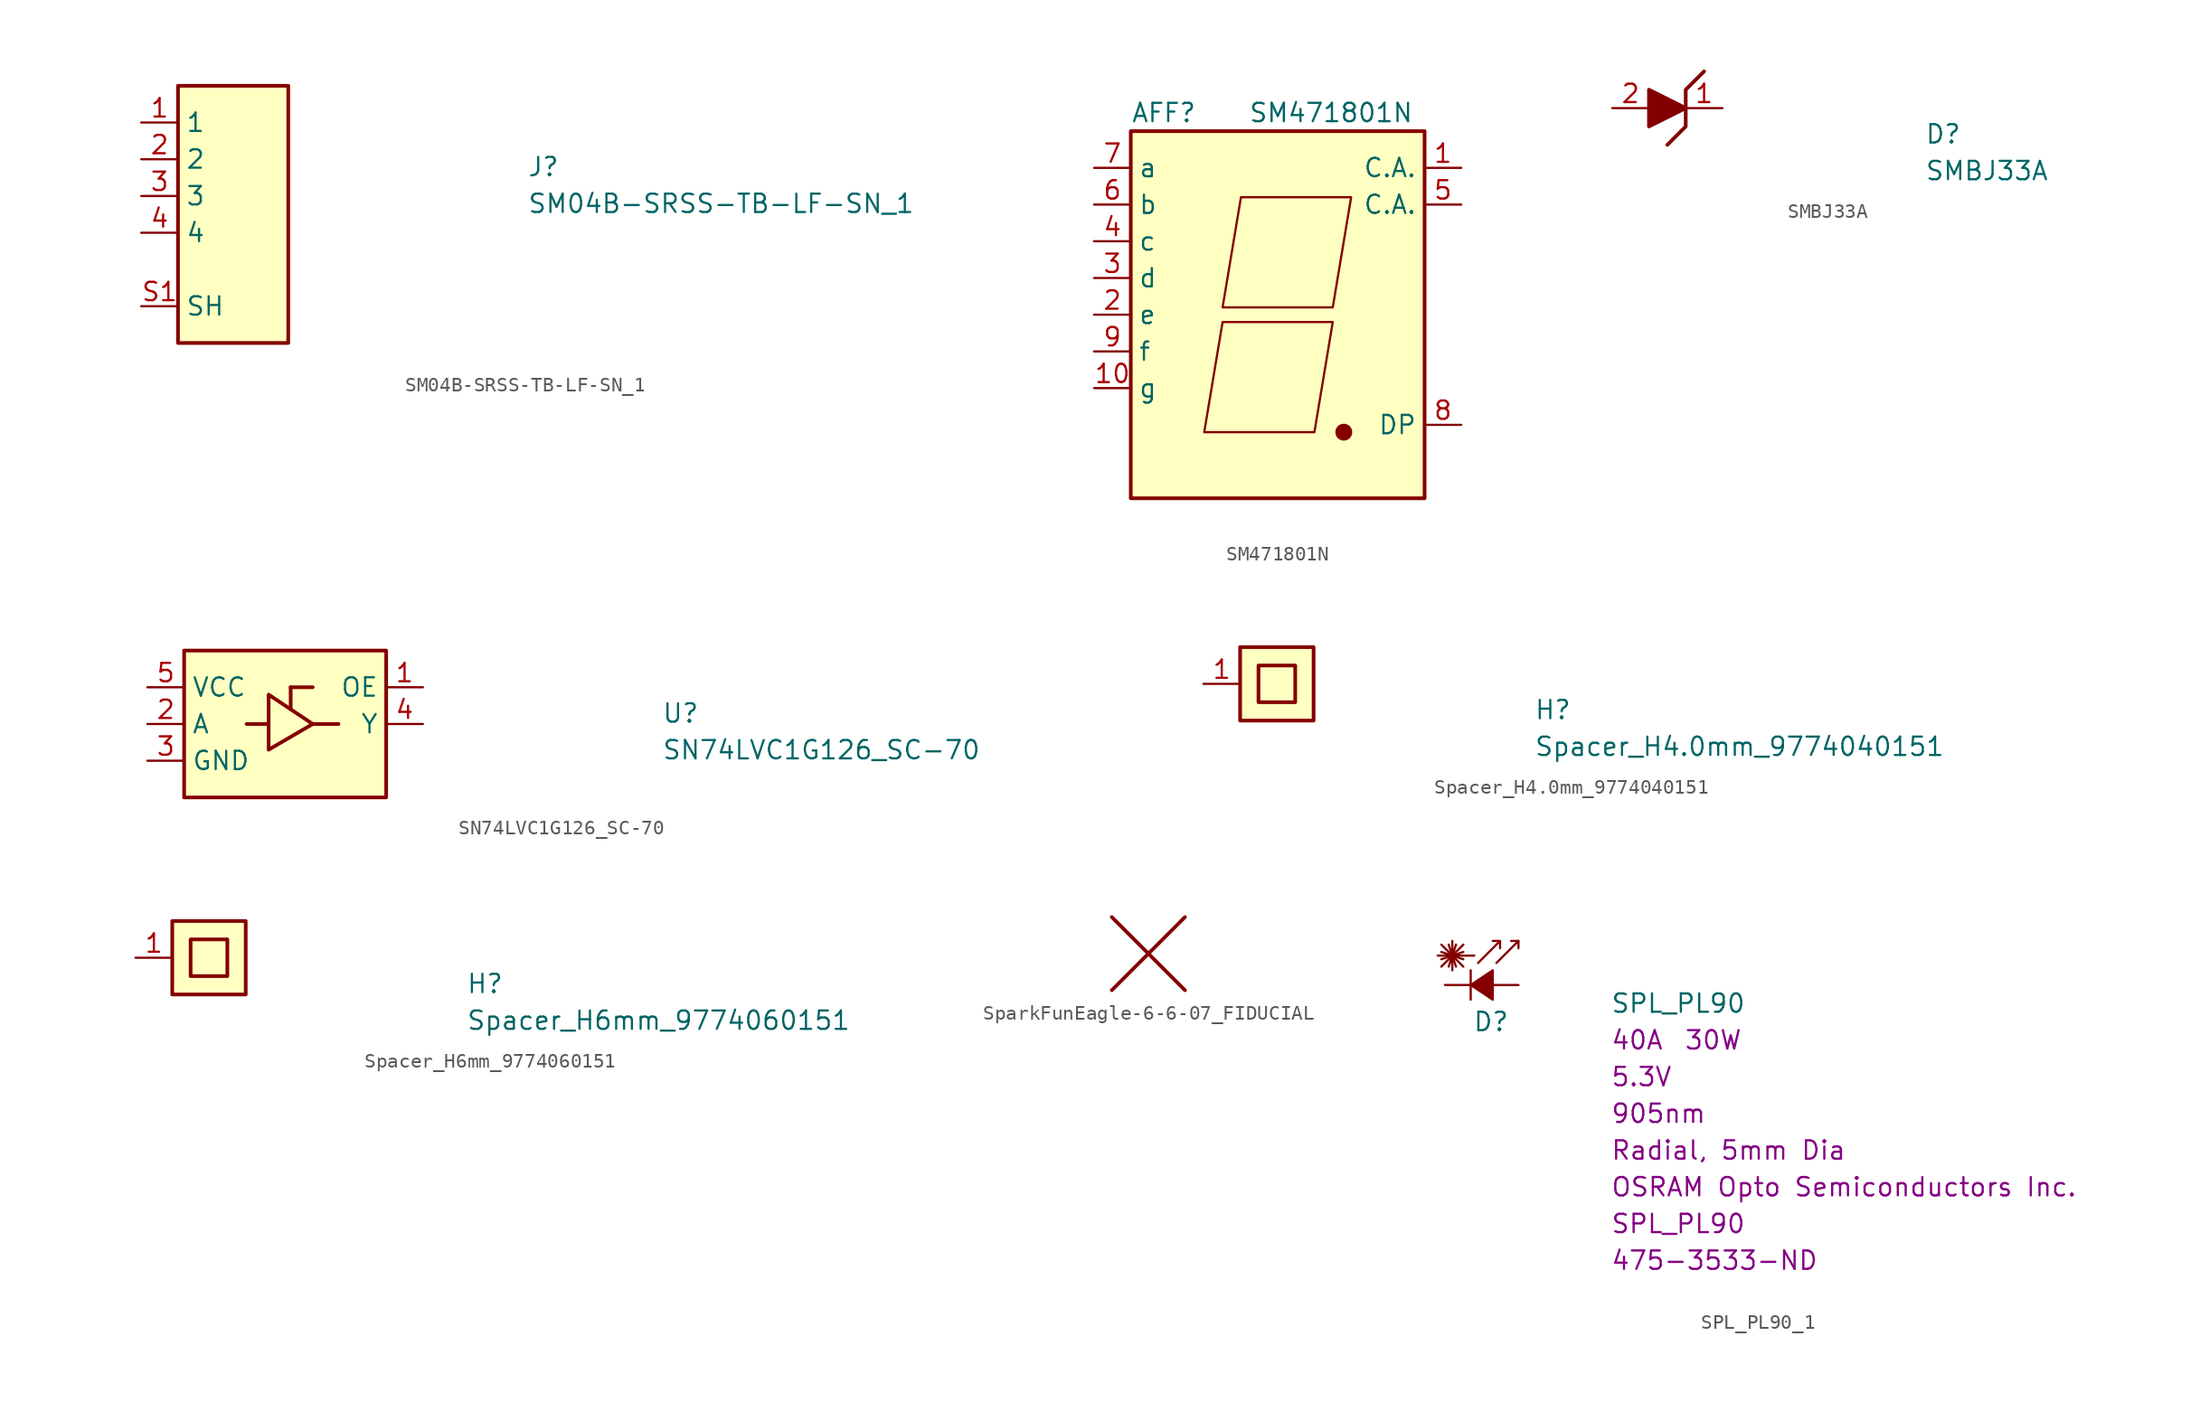
<source format=kicad_sym>
(kicad_symbol_lib
  (version 20231120)
  (generator "kicad_symbol_editor")
  (generator_version "8.0")
  (symbol "SM04B-SRSS-TB-LF-SN_1"
    (property "Reference" "J"
      (at 26.67 -3.81 0)
      (effects (font (size 1.27 1.27) (thickness 0.15)) (justify left bottom)))
    (property "Value" "SM04B-SRSS-TB-LF-SN_1"
      (at 26.67 -6.35 0)
      (effects (font (size 1.27 1.27) (thickness 0.15)) (justify left bottom)))
    (symbol "SM04B-SRSS-TB-LF-SN_1_1_1"
      (rectangle (start 2.54 2.54) (end 10.16 -15.24) (stroke (width 0.254) (type default)) (fill (type background)))
      (pin passive line (at 0 0 0) (length 2.54) (name "1" (effects (font (size 1.27 1.27)))) (number "1" (effects (font (size 1.27 1.27)))))
      (pin passive line (at 0 -2.54 0) (length 2.54) (name "2" (effects (font (size 1.27 1.27)))) (number "2" (effects (font (size 1.27 1.27)))))
      (pin passive line (at 0 -5.08 0) (length 2.54) (name "3" (effects (font (size 1.27 1.27)))) (number "3" (effects (font (size 1.27 1.27)))))
      (pin passive line (at 0 -7.62 0) (length 2.54) (name "4" (effects (font (size 1.27 1.27)))) (number "4" (effects (font (size 1.27 1.27)))))
      (pin passive line (at 0 -12.7 0) (length 2.54) (name "SH" (effects (font (size 1.27 1.27)))) (number "S1" (effects (font (size 1.27 1.27)))))
      (pin passive line (at 0 -12.7 0) (length 2.54) hide (name "SH" (effects (font (size 1.27 1.27)))) (number "S2" (effects (font (size 1.27 1.27)))))))
  (symbol "SM471801N"
    (property "Reference" "AFF"
      (at -7.874 13.97 0)
      (effects (font (size 1.27 1.27))))
    (property "Value" "SM471801N"
      (at -2.032 13.97 0)
      (effects (font (size 1.27 1.27)) (justify left)))
    (symbol "SM471801N_0_1"
      (rectangle (start -10.16 12.7) (end 10.16 -12.7) (stroke (width 0.254) (type default)) (fill (type background)))
      (polyline (pts (xy -3.81 -0.508) (xy 3.81 -0.508) (xy 2.54 -8.128) (xy -5.08 -8.128) (xy -3.81 -0.508) (xy -3.81 -0.508)) (stroke (width 0) (type default)) (fill (type none)))
      (polyline (pts (xy -2.54 8.128) (xy 5.08 8.128) (xy 3.81 0.508) (xy -3.81 0.508) (xy -2.54 8.128) (xy -2.54 8.128)) (stroke (width 0) (type default)) (fill (type none)))
      (circle (center 4.572 -8.128) (radius 0.508) (stroke (width 0) (type default)) (fill (type outline))))
    (symbol "SM471801N_1_1"
      (pin passive line (at 12.7 10.16 180) (length 2.54) (name "C.A." (effects (font (size 1.27 1.27)))) (number "1" (effects (font (size 1.27 1.27)))))
      (pin passive line (at -12.7 -5.08 0) (length 2.54) (name "g" (effects (font (size 1.27 1.27)))) (number "10" (effects (font (size 1.27 1.27)))))
      (pin passive line (at -12.7 0 0) (length 2.54) (name "e" (effects (font (size 1.27 1.27)))) (number "2" (effects (font (size 1.27 1.27)))))
      (pin passive line (at -12.7 2.54 0) (length 2.54) (name "d" (effects (font (size 1.27 1.27)))) (number "3" (effects (font (size 1.27 1.27)))))
      (pin passive line (at -12.7 5.08 0) (length 2.54) (name "c" (effects (font (size 1.27 1.27)))) (number "4" (effects (font (size 1.27 1.27)))))
      (pin passive line (at 12.7 7.62 180) (length 2.54) (name "C.A." (effects (font (size 1.27 1.27)))) (number "5" (effects (font (size 1.27 1.27)))))
      (pin passive line (at -12.7 7.62 0) (length 2.54) (name "b" (effects (font (size 1.27 1.27)))) (number "6" (effects (font (size 1.27 1.27)))))
      (pin passive line (at -12.7 10.16 0) (length 2.54) (name "a" (effects (font (size 1.27 1.27)))) (number "7" (effects (font (size 1.27 1.27)))))
      (pin passive line (at 12.7 -7.62 180) (length 2.54) (name "DP" (effects (font (size 1.27 1.27)))) (number "8" (effects (font (size 1.27 1.27)))))
      (pin passive line (at -12.7 -2.54 0) (length 2.54) (name "f" (effects (font (size 1.27 1.27)))) (number "9" (effects (font (size 1.27 1.27)))))))
  (symbol "SMBJ33A"
    (pin_names hide)
    (property "Reference" "D"
      (at 21.59 -2.54 0)
      (effects (font (size 1.27 1.27) (thickness 0.15)) (justify left bottom)))
    (property "Value" "SMBJ33A"
      (at 21.59 -5.08 0)
      (effects (font (size 1.27 1.27) (thickness 0.15)) (justify left bottom)))
    (symbol "SMBJ33A_1_1"
      (polyline (pts (xy 2.54 1.27) (xy 2.54 -1.27) (xy 5.08 0) (xy 2.54 1.27)) (stroke (width 0.254) (type default)) (fill (type outline)))
      (polyline (pts (xy 6.35 2.54) (xy 5.08 1.27) (xy 5.08 -1.27) (xy 3.81 -2.54)) (stroke (width 0.254) (type default)) (fill (type none)))
      (pin bidirectional line (at 7.62 0 180) (length 2.54) (name "1" (effects (font (size 1.27 1.27)))) (number "1" (effects (font (size 1.27 1.27)))))
      (pin bidirectional line (at 0 0 0) (length 2.54) (name "2" (effects (font (size 1.27 1.27)))) (number "2" (effects (font (size 1.27 1.27)))))))
  (symbol "SN74LVC1G126_SC-70"
    (property "Reference" "U"
      (at 35.56 -2.54 0)
      (effects (font (size 1.27 1.27) (thickness 0.15)) (justify left bottom)))
    (property "Value" "SN74LVC1G126_SC-70"
      (at 35.56 -5.08 0)
      (effects (font (size 1.27 1.27) (thickness 0.15)) (justify left bottom)))
    (symbol "SN74LVC1G126_SC-70_1_1"
      (polyline (pts (xy 8.382 -2.54) (xy 6.858 -2.54)) (stroke (width 0.254) (type default)) (fill (type background)))
      (polyline (pts (xy 9.906 -1.524) (xy 9.906 0)) (stroke (width 0.254) (type default)) (fill (type background)))
      (polyline (pts (xy 9.906 0) (xy 11.43 0)) (stroke (width 0.254) (type default)) (fill (type background)))
      (polyline (pts (xy 11.43 -2.54) (xy 13.208 -2.54)) (stroke (width 0.254) (type default)) (fill (type background)))
      (polyline (pts (xy 8.382 -4.318) (xy 11.43 -2.54) (xy 8.382 -0.508) (xy 8.382 -4.318)) (stroke (width 0.254) (type default)) (fill (type background)))
      (rectangle (start 2.54 2.54) (end 16.51 -7.62) (stroke (width 0.254) (type default)) (fill (type background)))
      (pin passive line (at 19.05 0 180) (length 2.54) (name "OE" (effects (font (size 1.27 1.27)))) (number "1" (effects (font (size 1.27 1.27)))))
      (pin passive line (at 0 -2.54 0) (length 2.54) (name "A" (effects (font (size 1.27 1.27)))) (number "2" (effects (font (size 1.27 1.27)))))
      (pin passive line (at 0 -5.08 0) (length 2.54) (name "GND" (effects (font (size 1.27 1.27)))) (number "3" (effects (font (size 1.27 1.27)))))
      (pin passive line (at 19.05 -2.54 180) (length 2.54) (name "Y" (effects (font (size 1.27 1.27)))) (number "4" (effects (font (size 1.27 1.27)))))
      (pin passive line (at 0 0 0) (length 2.54) (name "VCC" (effects (font (size 1.27 1.27)))) (number "5" (effects (font (size 1.27 1.27)))))))
  (symbol "Spacer_H4.0mm_9774040151"
    (pin_names hide)
    (property "Reference" "H"
      (at 22.86 -2.54 0)
      (effects (font (size 1.27 1.27) (thickness 0.15)) (justify left bottom)))
    (property "Value" "Spacer_H4.0mm_9774040151"
      (at 22.86 -5.08 0)
      (effects (font (size 1.27 1.27) (thickness 0.15)) (justify left bottom)))
    (symbol "Spacer_H4.0mm_9774040151_1_1"
      (rectangle (start 2.54 -2.54) (end 7.62 2.54) (stroke (width 0.254) (type default)) (fill (type background)))
      (rectangle (start 3.81 -1.27) (end 6.35 1.27) (stroke (width 0.254) (type default)) (fill (type none)))
      (pin passive line (at 0 0 0) (length 2.54) (name "1" (effects (font (size 1.27 1.27)))) (number "1" (effects (font (size 1.27 1.27)))))))
  (symbol "Spacer_H6mm_9774060151"
    (property "Reference" "H"
      (at 22.86 -2.54 0)
      (effects (font (size 1.27 1.27) (thickness 0.15)) (justify left bottom)))
    (property "Value" "Spacer_H6mm_9774060151"
      (at 22.86 -5.08 0)
      (effects (font (size 1.27 1.27) (thickness 0.15)) (justify left bottom)))
    (symbol "Spacer_H6mm_9774060151_1_1"
      (rectangle (start 2.54 -2.54) (end 7.62 2.54) (stroke (width 0.254) (type default)) (fill (type background)))
      (rectangle (start 3.81 -1.27) (end 6.35 1.27) (stroke (width 0.254) (type default)) (fill (type background)))
      (pin passive line (at 0 0 0) (length 2.54) (name "~" (effects (font (size 1.27 1.27)))) (number "1" (effects (font (size 1.27 1.27)))))))
  (symbol "SparkFunEagle-6-6-07_FIDUCIAL"
    (property "Reference" ""
      (at 0 0 0)
      (effects (font (size 1.27 1.27)) (hide yes)))
    (property "ki_locked" ""
      (at 0 0 0)
      (effects (font (size 1.27 1.27))))
    (symbol "SparkFunEagle-6-6-07_FIDUCIAL_1_0"
      (polyline (pts (xy -2.54 2.54) (xy 2.54 -2.54)) (stroke (width 0.254) (type solid)) (fill (type none)))
      (polyline (pts (xy 2.54 2.54) (xy -2.54 -2.54)) (stroke (width 0.254) (type solid)) (fill (type none)))))
  (symbol "SPL_PL90_1"
    (pin_numbers hide)
    (pin_names
      (offset 0.254) hide)
    (property "Reference" "D"
      (at -0.635 -2.54 0)
      (effects (font (size 1.27 1.27)) (justify left)))
    (property "Value" "SPL_PL90"
      (at 8.89 -1.27 0)
      (effects (font (size 1.27 1.27)) (justify left)))
    (property "Current" "40A"
      (at 8.89 -3.81 0)
      (effects (font (size 1.27 1.27)) (justify left)))
    (property "Voltage - Forward" "5.3V"
      (at 8.89 -6.35 0)
      (effects (font (size 1.27 1.27)) (justify left)))
    (property "Wavelength" "905nm"
      (at 8.89 -8.89 0)
      (effects (font (size 1.27 1.27)) (justify left)))
    (property "Chip set" "Radial, 5mm Dia"
      (at 8.89 -11.43 0)
      (effects (font (size 1.27 1.27)) (justify left)))
    (property "Power (Watts)" "30W"
      (at 13.97 -3.81 0)
      (effects (font (size 1.27 1.27)) (justify left)))
    (property "Manufacturer" "OSRAM Opto Semiconductors Inc."
      (at 8.89 -13.97 0)
      (effects (font (size 1.27 1.27)) (justify left)))
    (property "MPN" "SPL_PL90"
      (at 8.89 -16.51 0)
      (effects (font (size 1.27 1.27)) (justify left)))
    (property "Digi-Key_PN" "475-3533-ND"
      (at 8.89 -19.05 0)
      (effects (font (size 1.27 1.27)) (justify left)))
    (symbol "SPL_PL90_1_0_1"
      (polyline (pts (xy -0.762 -1.016) (xy -0.762 1.016)) (stroke (width 0) (type default)) (fill (type none)))
      (polyline (pts (xy -0.762 0) (xy 0.762 0)) (stroke (width 0) (type default)) (fill (type none)))
      (polyline (pts (xy 0.762 -1.016) (xy -0.762 0) (xy 0.762 1.016) (xy 0.762 -1.016)) (stroke (width 0) (type default)) (fill (type outline))))
    (symbol "SPL_PL90_1_1_1"
      (polyline (pts (xy -2.794 1.27) (xy -1.27 2.794)) (stroke (width 0) (type default)) (fill (type none)))
      (polyline (pts (xy -2.794 1.778) (xy -1.27 2.286)) (stroke (width 0) (type default)) (fill (type none)))
      (polyline (pts (xy -2.794 2.286) (xy -1.27 1.778)) (stroke (width 0) (type default)) (fill (type none)))
      (polyline (pts (xy -2.794 2.794) (xy -1.27 1.27)) (stroke (width 0) (type default)) (fill (type none)))
      (polyline (pts (xy -2.286 2.794) (xy -1.778 1.27)) (stroke (width 0) (type default)) (fill (type none)))
      (polyline (pts (xy -2.032 2.032) (xy -2.032 1.016)) (stroke (width 0) (type default)) (fill (type none)))
      (polyline (pts (xy -2.032 2.032) (xy -2.032 3.048)) (stroke (width 0) (type default)) (fill (type none)))
      (polyline (pts (xy -1.778 2.794) (xy -2.286 1.27)) (stroke (width 0) (type default)) (fill (type none)))
      (polyline (pts (xy -0.508 2.032) (xy -3.048 2.032)) (stroke (width 0) (type default)) (fill (type none)))
      (polyline (pts (xy 2.54 3.048) (xy 2.032 3.048)) (stroke (width 0) (type default)) (fill (type none)))
      (polyline (pts (xy 1.016 1.524) (xy 2.54 3.048) (xy 2.54 2.54)) (stroke (width 0) (type default)) (fill (type none)))
      (polyline (pts (xy -0.254 1.524) (xy 1.27 3.048) (xy 1.27 2.54) (xy 1.27 3.048) (xy 0.762 3.048)) (stroke (width 0) (type default)) (fill (type none)))
      (pin passive line (at -2.54 0 0) (length 1.778) (name "K" (effects (font (size 1.27 1.27)))) (number "1" (effects (font (size 1.27 1.27)))))
      (pin passive line (at 2.54 0 180) (length 1.778) (name "A" (effects (font (size 1.27 1.27)))) (number "2" (effects (font (size 1.27 1.27))))))))
</source>
